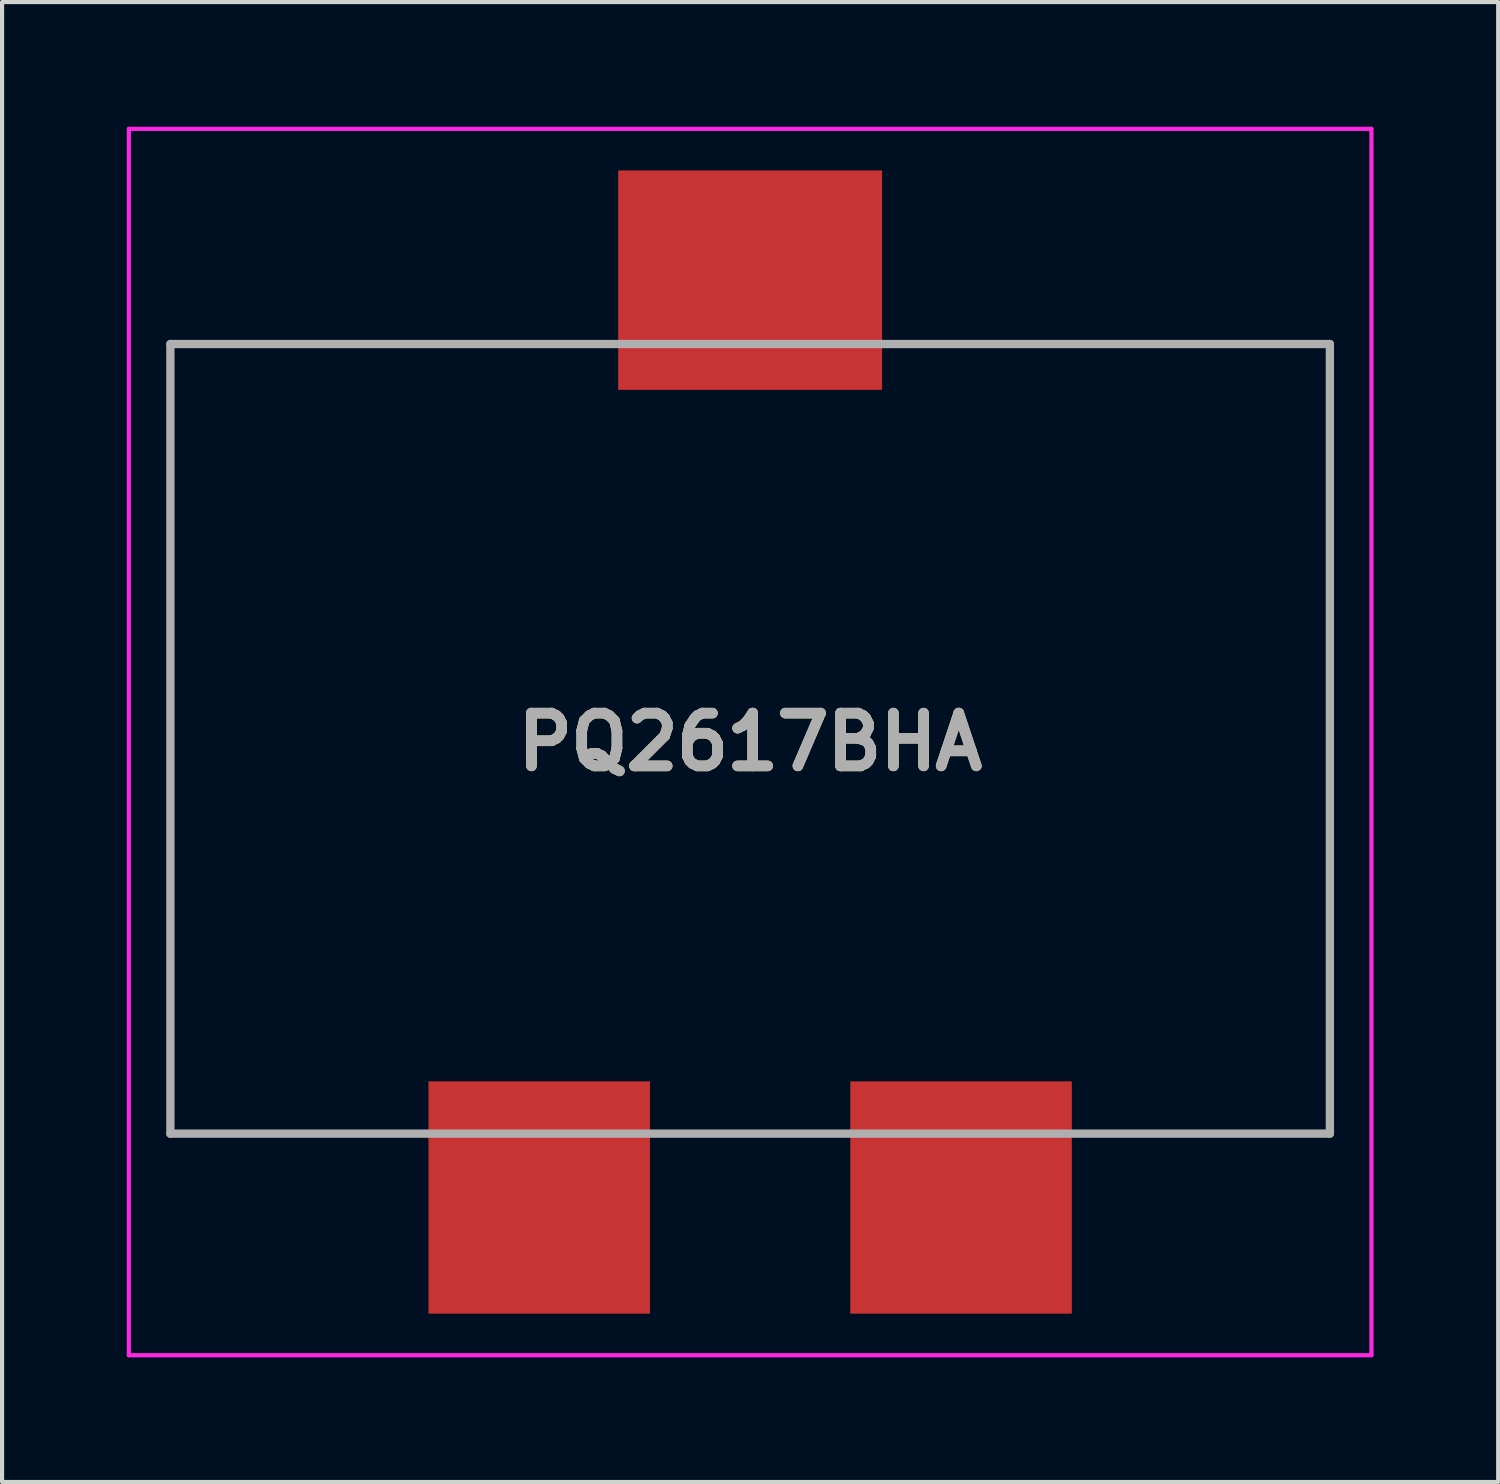
<source format=kicad_pcb>
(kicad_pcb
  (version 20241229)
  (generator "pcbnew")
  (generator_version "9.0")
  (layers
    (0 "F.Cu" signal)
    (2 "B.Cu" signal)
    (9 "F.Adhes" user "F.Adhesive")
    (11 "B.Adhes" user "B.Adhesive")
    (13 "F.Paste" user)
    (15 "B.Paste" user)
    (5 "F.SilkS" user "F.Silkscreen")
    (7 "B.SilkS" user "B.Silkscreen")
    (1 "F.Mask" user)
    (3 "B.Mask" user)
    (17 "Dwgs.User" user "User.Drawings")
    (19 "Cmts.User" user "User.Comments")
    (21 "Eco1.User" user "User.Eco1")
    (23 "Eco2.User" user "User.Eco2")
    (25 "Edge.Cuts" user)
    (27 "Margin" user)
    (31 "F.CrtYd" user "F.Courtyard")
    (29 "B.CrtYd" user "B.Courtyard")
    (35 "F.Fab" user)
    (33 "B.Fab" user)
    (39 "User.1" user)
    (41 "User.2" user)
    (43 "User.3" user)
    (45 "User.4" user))
  (footprint "PQ2617BHA"
    (layer "F.Cu")
    (at 17.41 14.728)
    (property "Reference" "PQ2617BHA" (at -2.41 0.077 0) (layer "F.SilkS") (effects (font (size 1.27 1.27) (thickness 0.254))))
    (attr smd)
    (fp_line (start -17.36 -14.678) (end 12.54 -14.678) (stroke (width 0.1) (type solid)) (layer "F.CrtYd"))
    (fp_line (start -17.36 14.832) (end -17.36 -14.678) (stroke (width 0.1) (type solid)) (layer "F.CrtYd"))
    (fp_line (start 12.54 -14.678) (end 12.54 14.832) (stroke (width 0.1) (type solid)) (layer "F.CrtYd"))
    (fp_line (start 12.54 14.832) (end -17.36 14.832) (stroke (width 0.1) (type solid)) (layer "F.CrtYd"))
    (fp_line (start -16.36 -9.5) (end 11.54 -9.5) (stroke (width 0.2) (type solid)) (layer "F.Fab"))
    (fp_line (start -16.36 9.5) (end -16.36 -9.5) (stroke (width 0.2) (type solid)) (layer "F.Fab"))
    (fp_line (start 11.54 -9.5) (end 11.54 9.5) (stroke (width 0.2) (type solid)) (layer "F.Fab"))
    (fp_line (start 11.54 9.5) (end -16.36 9.5) (stroke (width 0.2) (type solid)) (layer "F.Fab"))
    (fp_text user "${REFERENCE}" (at -2.41 0.077 0) (layer "F.Fab") (effects (font (size 1.27 1.27) (thickness 0.254))))
    (pad "1" smd rect (at -7.485 11.037) (size 5.33 5.59) (layers "F.Cu" "F.Mask" "F.Paste"))
    (pad "2" smd rect (at 2.665 11.037) (size 5.33 5.59) (layers "F.Cu" "F.Mask" "F.Paste"))
    (pad "3" smd rect (at -2.41 -11.037 90) (size 5.28 6.35) (layers "F.Cu" "F.Mask" "F.Paste")))
  (gr_rect
    (start -3 -3)
    (end 33 32.61)
    (stroke (width 0.1) (type default))
    (fill no)
    (layer "Edge.Cuts")))
</source>
